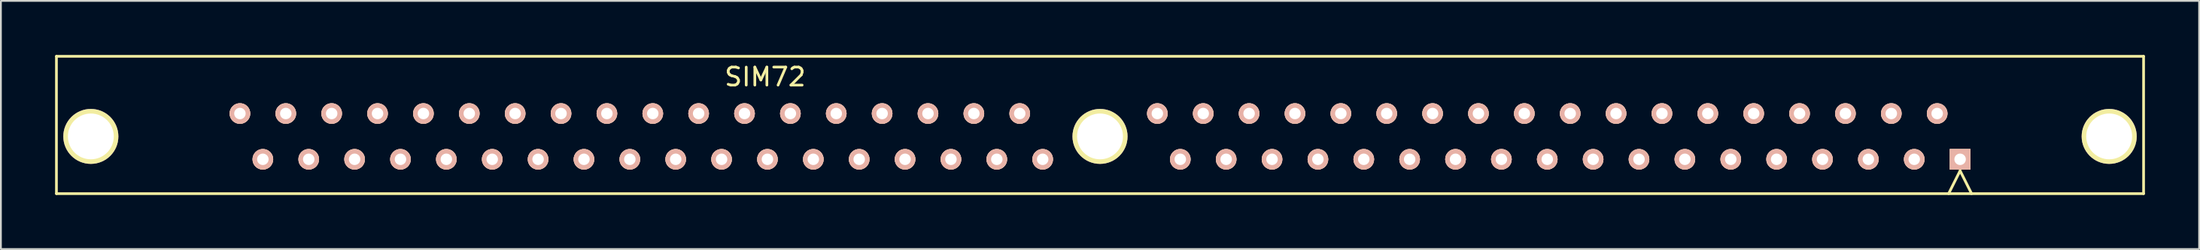
<source format=kicad_pcb>
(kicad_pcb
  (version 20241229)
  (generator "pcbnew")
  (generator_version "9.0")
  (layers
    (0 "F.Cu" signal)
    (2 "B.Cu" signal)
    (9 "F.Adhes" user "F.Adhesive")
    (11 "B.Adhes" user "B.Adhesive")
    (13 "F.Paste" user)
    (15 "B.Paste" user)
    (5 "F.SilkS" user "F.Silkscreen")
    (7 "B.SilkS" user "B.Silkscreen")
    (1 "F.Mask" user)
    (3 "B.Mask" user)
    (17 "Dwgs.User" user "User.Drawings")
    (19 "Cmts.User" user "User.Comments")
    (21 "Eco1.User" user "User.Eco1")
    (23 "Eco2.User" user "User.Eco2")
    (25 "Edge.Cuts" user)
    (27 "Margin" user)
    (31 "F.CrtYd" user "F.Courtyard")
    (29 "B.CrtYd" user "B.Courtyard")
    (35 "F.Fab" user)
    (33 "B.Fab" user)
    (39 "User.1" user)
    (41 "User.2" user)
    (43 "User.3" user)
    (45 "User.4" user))
  (footprint "SIM72"
    (layer "F.Cu")
    (at 57.86 4.52)
    (property "Reference" "SIM72" (at -18.542 -3.302 0) (layer "F.SilkS") (effects (font (size 1 1) (thickness 0.15))))
    (attr through_hole)
    (fp_line (start -57.785 -4.445) (end -57.785 3.175) (stroke (width 0.15) (type solid)) (layer "F.SilkS"))
    (fp_line (start -57.785 3.175) (end 57.785 3.175) (stroke (width 0.15) (type solid)) (layer "F.SilkS"))
    (fp_line (start 46.99 3.175) (end 47.625 1.905) (stroke (width 0.15) (type solid)) (layer "F.SilkS"))
    (fp_line (start 47.625 1.905) (end 48.26 3.175) (stroke (width 0.15) (type solid)) (layer "F.SilkS"))
    (fp_line (start 57.785 -4.445) (end -57.785 -4.445) (stroke (width 0.15) (type solid)) (layer "F.SilkS"))
    (fp_line (start 57.785 3.175) (end 57.785 -4.445) (stroke (width 0.15) (type solid)) (layer "F.SilkS"))
    (pad "" thru_hole circle (at -55.88 0) (size 3.048 3.048) (drill 2.54) (layers "*.Cu" "*.Mask" "F.SilkS"))
    (pad "" thru_hole circle (at 0 0) (size 3.048 3.048) (drill 2.54) (layers "*.Cu" "*.Mask" "F.SilkS"))
    (pad "" thru_hole circle (at 55.88 0) (size 3.048 3.048) (drill 2.54) (layers "*.Cu" "*.Mask" "F.SilkS"))
    (pad "1" thru_hole rect (at 47.625 1.27) (size 1.143 1.143) (drill 0.635) (layers "*.Cu" "*.SilkS" "*.Mask"))
    (pad "2" thru_hole circle (at 46.355 -1.27) (size 1.143 1.143) (drill 0.635) (layers "*.Cu" "*.SilkS" "*.Mask"))
    (pad "3" thru_hole circle (at 45.085 1.27) (size 1.143 1.143) (drill 0.635) (layers "*.Cu" "*.SilkS" "*.Mask"))
    (pad "4" thru_hole circle (at 43.815 -1.27) (size 1.143 1.143) (drill 0.635) (layers "*.Cu" "*.SilkS" "*.Mask"))
    (pad "5" thru_hole circle (at 42.545 1.27) (size 1.143 1.143) (drill 0.635) (layers "*.Cu" "*.SilkS" "*.Mask"))
    (pad "6" thru_hole circle (at 41.275 -1.27) (size 1.143 1.143) (drill 0.635) (layers "*.Cu" "*.SilkS" "*.Mask"))
    (pad "7" thru_hole circle (at 40.005 1.27) (size 1.143 1.143) (drill 0.635) (layers "*.Cu" "*.SilkS" "*.Mask"))
    (pad "8" thru_hole circle (at 38.735 -1.27) (size 1.143 1.143) (drill 0.635) (layers "*.Cu" "*.SilkS" "*.Mask"))
    (pad "9" thru_hole circle (at 37.465 1.27) (size 1.143 1.143) (drill 0.635) (layers "*.Cu" "*.SilkS" "*.Mask"))
    (pad "10" thru_hole circle (at 36.195 -1.27) (size 1.143 1.143) (drill 0.635) (layers "*.Cu" "*.SilkS" "*.Mask"))
    (pad "11" thru_hole circle (at 34.925 1.27) (size 1.143 1.143) (drill 0.635) (layers "*.Cu" "*.SilkS" "*.Mask"))
    (pad "12" thru_hole circle (at 33.655 -1.27) (size 1.143 1.143) (drill 0.635) (layers "*.Cu" "*.SilkS" "*.Mask"))
    (pad "13" thru_hole circle (at 32.385 1.27) (size 1.143 1.143) (drill 0.635) (layers "*.Cu" "*.SilkS" "*.Mask"))
    (pad "14" thru_hole circle (at 31.115 -1.27) (size 1.143 1.143) (drill 0.635) (layers "*.Cu" "*.SilkS" "*.Mask"))
    (pad "15" thru_hole circle (at 29.845 1.27) (size 1.143 1.143) (drill 0.635) (layers "*.Cu" "*.SilkS" "*.Mask"))
    (pad "16" thru_hole circle (at 28.575 -1.27) (size 1.143 1.143) (drill 0.635) (layers "*.Cu" "*.SilkS" "*.Mask"))
    (pad "17" thru_hole circle (at 27.305 1.27) (size 1.143 1.143) (drill 0.635) (layers "*.Cu" "*.SilkS" "*.Mask"))
    (pad "18" thru_hole circle (at 26.035 -1.27) (size 1.143 1.143) (drill 0.635) (layers "*.Cu" "*.SilkS" "*.Mask"))
    (pad "19" thru_hole circle (at 24.765 1.27) (size 1.143 1.143) (drill 0.635) (layers "*.Cu" "*.SilkS" "*.Mask"))
    (pad "20" thru_hole circle (at 23.495 -1.27) (size 1.143 1.143) (drill 0.635) (layers "*.Cu" "*.SilkS" "*.Mask"))
    (pad "21" thru_hole circle (at 22.225 1.27) (size 1.143 1.143) (drill 0.635) (layers "*.Cu" "*.SilkS" "*.Mask"))
    (pad "22" thru_hole circle (at 20.955 -1.27) (size 1.143 1.143) (drill 0.635) (layers "*.Cu" "*.SilkS" "*.Mask"))
    (pad "23" thru_hole circle (at 19.685 1.27) (size 1.143 1.143) (drill 0.635) (layers "*.Cu" "*.SilkS" "*.Mask"))
    (pad "24" thru_hole circle (at 18.415 -1.27) (size 1.143 1.143) (drill 0.635) (layers "*.Cu" "*.SilkS" "*.Mask"))
    (pad "25" thru_hole circle (at 17.145 1.27) (size 1.143 1.143) (drill 0.635) (layers "*.Cu" "*.SilkS" "*.Mask"))
    (pad "26" thru_hole circle (at 15.875 -1.27) (size 1.143 1.143) (drill 0.635) (layers "*.Cu" "*.SilkS" "*.Mask"))
    (pad "27" thru_hole circle (at 14.605 1.27) (size 1.143 1.143) (drill 0.635) (layers "*.Cu" "*.SilkS" "*.Mask"))
    (pad "28" thru_hole circle (at 13.335 -1.27) (size 1.143 1.143) (drill 0.635) (layers "*.Cu" "*.SilkS" "*.Mask"))
    (pad "29" thru_hole circle (at 12.065 1.27) (size 1.143 1.143) (drill 0.635) (layers "*.Cu" "*.SilkS" "*.Mask"))
    (pad "30" thru_hole circle (at 10.795 -1.27) (size 1.143 1.143) (drill 0.635) (layers "*.Cu" "*.SilkS" "*.Mask"))
    (pad "31" thru_hole circle (at 9.525 1.27) (size 1.143 1.143) (drill 0.635) (layers "*.Cu" "*.SilkS" "*.Mask"))
    (pad "32" thru_hole circle (at 8.255 -1.27) (size 1.143 1.143) (drill 0.635) (layers "*.Cu" "*.SilkS" "*.Mask"))
    (pad "33" thru_hole circle (at 6.985 1.27) (size 1.143 1.143) (drill 0.635) (layers "*.Cu" "*.SilkS" "*.Mask"))
    (pad "34" thru_hole circle (at 5.715 -1.27) (size 1.143 1.143) (drill 0.635) (layers "*.Cu" "*.SilkS" "*.Mask"))
    (pad "35" thru_hole circle (at 4.445 1.27) (size 1.143 1.143) (drill 0.635) (layers "*.Cu" "*.SilkS" "*.Mask"))
    (pad "36" thru_hole circle (at 3.175 -1.27) (size 1.143 1.143) (drill 0.635) (layers "*.Cu" "*.SilkS" "*.Mask"))
    (pad "37" thru_hole circle (at -3.175 1.27) (size 1.143 1.143) (drill 0.635) (layers "*.Cu" "*.SilkS" "*.Mask"))
    (pad "38" thru_hole circle (at -4.445 -1.27) (size 1.143 1.143) (drill 0.635) (layers "*.Cu" "*.SilkS" "*.Mask"))
    (pad "39" thru_hole circle (at -5.715 1.27) (size 1.143 1.143) (drill 0.635) (layers "*.Cu" "*.SilkS" "*.Mask"))
    (pad "40" thru_hole circle (at -6.985 -1.27) (size 1.143 1.143) (drill 0.635) (layers "*.Cu" "*.SilkS" "*.Mask"))
    (pad "41" thru_hole circle (at -8.255 1.27) (size 1.143 1.143) (drill 0.635) (layers "*.Cu" "*.SilkS" "*.Mask"))
    (pad "42" thru_hole circle (at -9.525 -1.27) (size 1.143 1.143) (drill 0.635) (layers "*.Cu" "*.SilkS" "*.Mask"))
    (pad "43" thru_hole circle (at -10.795 1.27) (size 1.143 1.143) (drill 0.635) (layers "*.Cu" "*.SilkS" "*.Mask"))
    (pad "44" thru_hole circle (at -12.065 -1.27) (size 1.143 1.143) (drill 0.635) (layers "*.Cu" "*.SilkS" "*.Mask"))
    (pad "45" thru_hole circle (at -13.335 1.27) (size 1.143 1.143) (drill 0.635) (layers "*.Cu" "*.SilkS" "*.Mask"))
    (pad "46" thru_hole circle (at -14.605 -1.27) (size 1.143 1.143) (drill 0.635) (layers "*.Cu" "*.SilkS" "*.Mask"))
    (pad "47" thru_hole circle (at -15.875 1.27) (size 1.143 1.143) (drill 0.635) (layers "*.Cu" "*.SilkS" "*.Mask"))
    (pad "48" thru_hole circle (at -17.145 -1.27) (size 1.143 1.143) (drill 0.635) (layers "*.Cu" "*.SilkS" "*.Mask"))
    (pad "49" thru_hole circle (at -18.415 1.27) (size 1.143 1.143) (drill 0.635) (layers "*.Cu" "*.SilkS" "*.Mask"))
    (pad "50" thru_hole circle (at -19.685 -1.27) (size 1.143 1.143) (drill 0.635) (layers "*.Cu" "*.SilkS" "*.Mask"))
    (pad "51" thru_hole circle (at -20.955 1.27) (size 1.143 1.143) (drill 0.635) (layers "*.Cu" "*.SilkS" "*.Mask"))
    (pad "52" thru_hole circle (at -22.225 -1.27) (size 1.143 1.143) (drill 0.635) (layers "*.Cu" "*.SilkS" "*.Mask"))
    (pad "53" thru_hole circle (at -23.495 1.27) (size 1.143 1.143) (drill 0.635) (layers "*.Cu" "*.SilkS" "*.Mask"))
    (pad "54" thru_hole circle (at -24.765 -1.27) (size 1.143 1.143) (drill 0.635) (layers "*.Cu" "*.SilkS" "*.Mask"))
    (pad "55" thru_hole circle (at -26.035 1.27) (size 1.143 1.143) (drill 0.635) (layers "*.Cu" "*.SilkS" "*.Mask"))
    (pad "56" thru_hole circle (at -27.305 -1.27) (size 1.143 1.143) (drill 0.635) (layers "*.Cu" "*.SilkS" "*.Mask"))
    (pad "57" thru_hole circle (at -28.575 1.27) (size 1.143 1.143) (drill 0.635) (layers "*.Cu" "*.SilkS" "*.Mask"))
    (pad "58" thru_hole circle (at -29.845 -1.27) (size 1.143 1.143) (drill 0.635) (layers "*.Cu" "*.SilkS" "*.Mask"))
    (pad "59" thru_hole circle (at -31.115 1.27) (size 1.143 1.143) (drill 0.635) (layers "*.Cu" "*.SilkS" "*.Mask"))
    (pad "60" thru_hole circle (at -32.385 -1.27) (size 1.143 1.143) (drill 0.635) (layers "*.Cu" "*.SilkS" "*.Mask"))
    (pad "61" thru_hole circle (at -33.655 1.27) (size 1.143 1.143) (drill 0.635) (layers "*.Cu" "*.SilkS" "*.Mask"))
    (pad "62" thru_hole circle (at -34.925 -1.27) (size 1.143 1.143) (drill 0.635) (layers "*.Cu" "*.SilkS" "*.Mask"))
    (pad "63" thru_hole circle (at -36.195 1.27) (size 1.143 1.143) (drill 0.635) (layers "*.Cu" "*.SilkS" "*.Mask"))
    (pad "64" thru_hole circle (at -37.465 -1.27) (size 1.143 1.143) (drill 0.635) (layers "*.Cu" "*.SilkS" "*.Mask"))
    (pad "65" thru_hole circle (at -38.735 1.27) (size 1.143 1.143) (drill 0.635) (layers "*.Cu" "*.SilkS" "*.Mask"))
    (pad "66" thru_hole circle (at -40.005 -1.27) (size 1.143 1.143) (drill 0.635) (layers "*.Cu" "*.SilkS" "*.Mask"))
    (pad "67" thru_hole circle (at -41.275 1.27) (size 1.143 1.143) (drill 0.635) (layers "*.Cu" "*.SilkS" "*.Mask"))
    (pad "68" thru_hole circle (at -42.545 -1.27) (size 1.143 1.143) (drill 0.635) (layers "*.Cu" "*.SilkS" "*.Mask"))
    (pad "69" thru_hole circle (at -43.815 1.27) (size 1.143 1.143) (drill 0.635) (layers "*.Cu" "*.SilkS" "*.Mask"))
    (pad "70" thru_hole circle (at -45.085 -1.27) (size 1.143 1.143) (drill 0.635) (layers "*.Cu" "*.SilkS" "*.Mask"))
    (pad "71" thru_hole circle (at -46.355 1.27) (size 1.143 1.143) (drill 0.635) (layers "*.Cu" "*.SilkS" "*.Mask"))
    (pad "72" thru_hole circle (at -47.625 -1.27) (size 1.143 1.143) (drill 0.635) (layers "*.Cu" "*.SilkS" "*.Mask")))
  (gr_rect
    (start -3 -3)
    (end 118.72 10.77)
    (stroke (width 0.1) (type default))
    (fill no)
    (layer "Edge.Cuts")))
</source>
